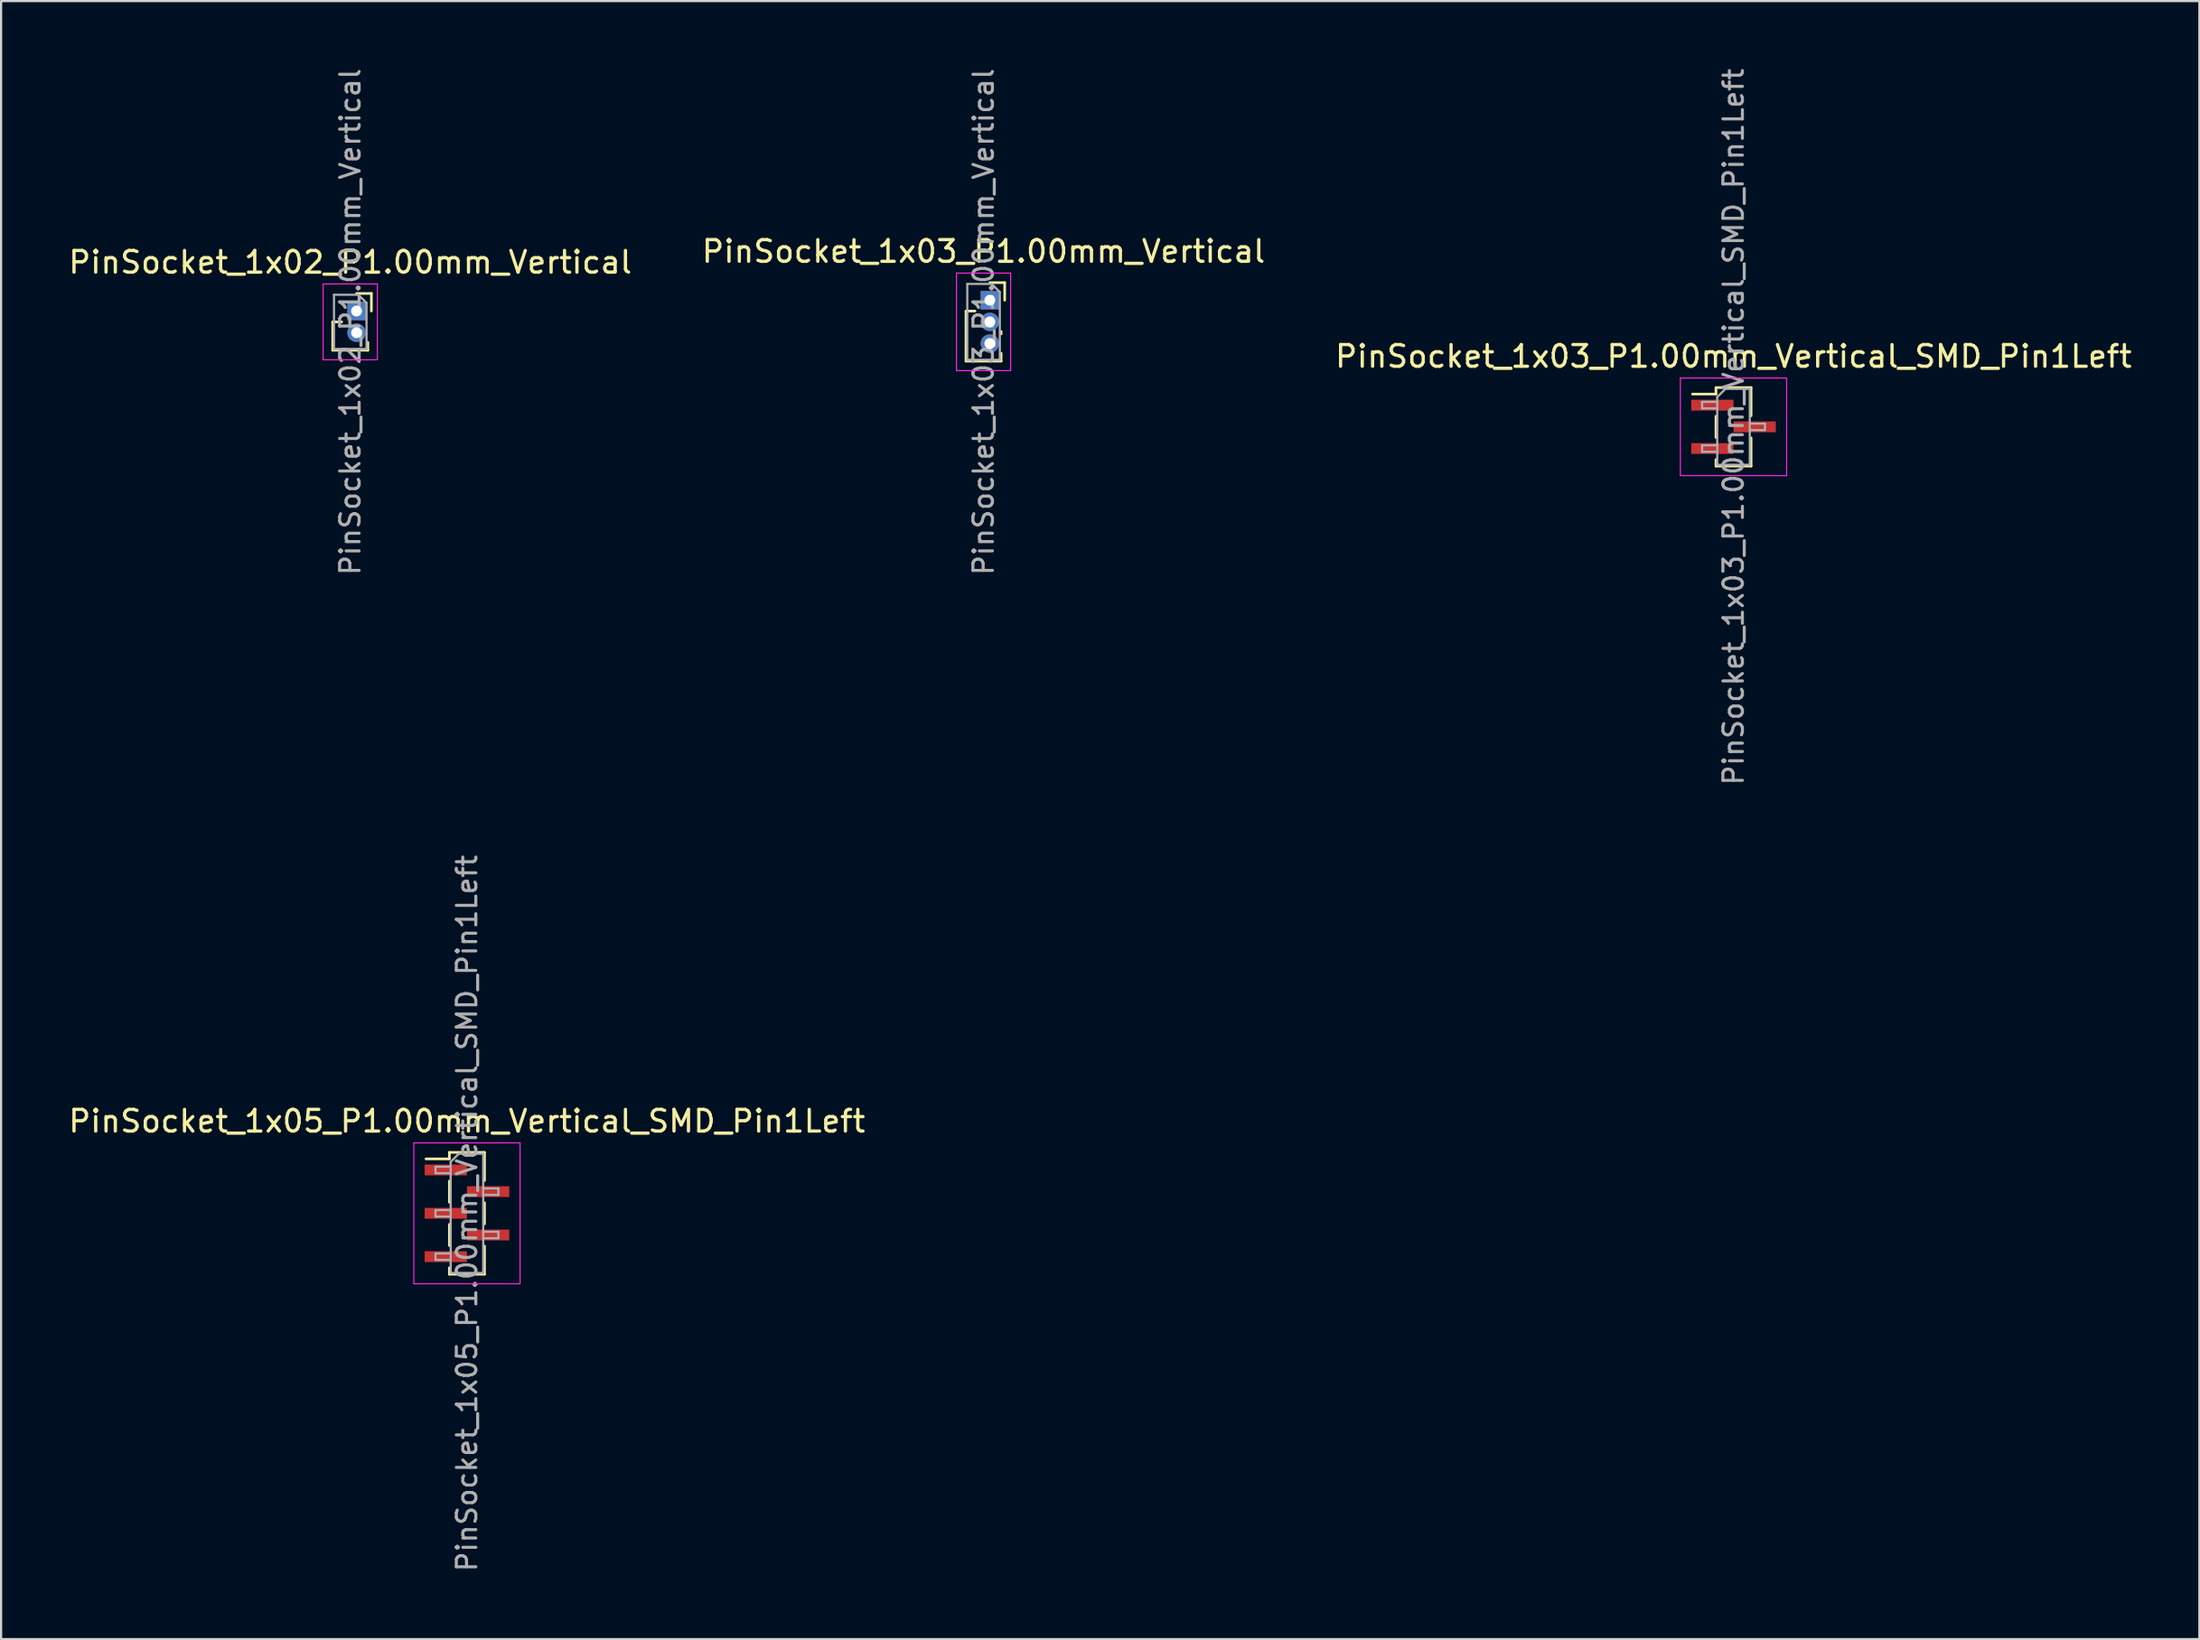
<source format=kicad_pcb>
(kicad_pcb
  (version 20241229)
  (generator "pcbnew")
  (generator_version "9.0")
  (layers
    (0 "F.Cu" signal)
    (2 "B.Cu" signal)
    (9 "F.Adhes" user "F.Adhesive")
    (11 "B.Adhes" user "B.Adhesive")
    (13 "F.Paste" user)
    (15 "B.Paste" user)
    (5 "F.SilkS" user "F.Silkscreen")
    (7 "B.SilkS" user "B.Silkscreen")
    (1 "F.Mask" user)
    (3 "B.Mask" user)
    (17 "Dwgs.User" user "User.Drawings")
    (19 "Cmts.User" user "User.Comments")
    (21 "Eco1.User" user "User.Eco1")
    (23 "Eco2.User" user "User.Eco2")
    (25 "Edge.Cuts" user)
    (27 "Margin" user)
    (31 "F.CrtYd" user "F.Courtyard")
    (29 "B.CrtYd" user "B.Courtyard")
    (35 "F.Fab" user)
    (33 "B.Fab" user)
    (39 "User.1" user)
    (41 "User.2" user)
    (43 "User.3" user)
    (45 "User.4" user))
  (footprint "PinSocket_1x03_P1.00mm_Vertical_SMD_Pin1Left"
    (layer "F.Cu")
    (at 76.887 16.641)
    (property "Reference" "PinSocket_1x03_P1.00mm_Vertical_SMD_Pin1Left" (at 0 -3.25 0) (layer "F.SilkS") (effects (font (size 1 1) (thickness 0.15))))
    (attr smd)
    (fp_line (start -1.89 -1.51) (end -0.81 -1.51) (stroke (width 0.12) (type solid)) (layer "F.SilkS"))
    (fp_line (start -0.81 -1.81) (end -0.81 -1.51) (stroke (width 0.12) (type solid)) (layer "F.SilkS"))
    (fp_line (start -0.81 -1.81) (end 0.81 -1.81) (stroke (width 0.12) (type solid)) (layer "F.SilkS"))
    (fp_line (start -0.81 -0.49) (end -0.81 0.49) (stroke (width 0.12) (type solid)) (layer "F.SilkS"))
    (fp_line (start -0.81 1.51) (end -0.81 1.81) (stroke (width 0.12) (type solid)) (layer "F.SilkS"))
    (fp_line (start -0.81 1.81) (end 0.81 1.81) (stroke (width 0.12) (type solid)) (layer "F.SilkS"))
    (fp_line (start 0.81 -1.81) (end 0.81 -0.51) (stroke (width 0.12) (type solid)) (layer "F.SilkS"))
    (fp_line (start 0.81 0.51) (end 0.81 1.81) (stroke (width 0.12) (type solid)) (layer "F.SilkS"))
    (fp_line (start -2.45 -2.25) (end 2.45 -2.25) (stroke (width 0.05) (type solid)) (layer "F.CrtYd"))
    (fp_line (start -2.45 2.25) (end -2.45 -2.25) (stroke (width 0.05) (type solid)) (layer "F.CrtYd"))
    (fp_line (start 2.45 -2.25) (end 2.45 2.25) (stroke (width 0.05) (type solid)) (layer "F.CrtYd"))
    (fp_line (start 2.45 2.25) (end -2.45 2.25) (stroke (width 0.05) (type solid)) (layer "F.CrtYd"))
    (fp_line (start -1.45 -1.15) (end -0.75 -1.15) (stroke (width 0.1) (type solid)) (layer "F.Fab"))
    (fp_line (start -1.45 -0.85) (end -1.45 -1.15) (stroke (width 0.1) (type solid)) (layer "F.Fab"))
    (fp_line (start -1.45 0.85) (end -0.75 0.85) (stroke (width 0.1) (type solid)) (layer "F.Fab"))
    (fp_line (start -1.45 1.15) (end -1.45 0.85) (stroke (width 0.1) (type solid)) (layer "F.Fab"))
    (fp_line (start -0.75 -1.375) (end -0.375 -1.75) (stroke (width 0.1) (type solid)) (layer "F.Fab"))
    (fp_line (start -0.75 -0.85) (end -1.45 -0.85) (stroke (width 0.1) (type solid)) (layer "F.Fab"))
    (fp_line (start -0.75 1.15) (end -1.45 1.15) (stroke (width 0.1) (type solid)) (layer "F.Fab"))
    (fp_line (start -0.75 1.75) (end -0.75 -1.375) (stroke (width 0.1) (type solid)) (layer "F.Fab"))
    (fp_line (start -0.375 -1.75) (end 0.75 -1.75) (stroke (width 0.1) (type solid)) (layer "F.Fab"))
    (fp_line (start 0.75 -1.75) (end 0.75 1.75) (stroke (width 0.1) (type solid)) (layer "F.Fab"))
    (fp_line (start 0.75 -0.15) (end 1.45 -0.15) (stroke (width 0.1) (type solid)) (layer "F.Fab"))
    (fp_line (start 0.75 1.75) (end -0.75 1.75) (stroke (width 0.1) (type solid)) (layer "F.Fab"))
    (fp_line (start 1.45 -0.15) (end 1.45 0.15) (stroke (width 0.1) (type solid)) (layer "F.Fab"))
    (fp_line (start 1.45 0.15) (end 0.75 0.15) (stroke (width 0.1) (type solid)) (layer "F.Fab"))
    (fp_text user "${REFERENCE}" (at 0 0 90) (layer "F.Fab") (effects (font (size 0.9 0.9) (thickness 0.14))))
    (pad "1" smd rect (at -0.975 -1) (size 1.95 0.5) (layers "F.Cu" "F.Mask" "F.Paste"))
    (pad "2" smd rect (at 0.975 0) (size 1.95 0.5) (layers "F.Cu" "F.Mask" "F.Paste"))
    (pad "3" smd rect (at -0.975 1) (size 1.95 0.5) (layers "F.Cu" "F.Mask" "F.Paste")))
  (footprint "PinSocket_1x02_P1.00mm_Vertical"
    (layer "F.Cu")
    (at 13.391 11.299)
    (property "Reference" "PinSocket_1x02_P1.00mm_Vertical" (at -0.29 -2.25 0) (layer "F.SilkS") (effects (font (size 1 1) (thickness 0.15))))
    (attr through_hole)
    (fp_line (start -1.1 0.5) (end -1.1 1.81) (stroke (width 0.12) (type solid)) (layer "F.SilkS"))
    (fp_line (start -1.1 0.5) (end -0.685 0.5) (stroke (width 0.12) (type solid)) (layer "F.SilkS"))
    (fp_line (start -1.1 1.81) (end 0.52 1.81) (stroke (width 0.12) (type solid)) (layer "F.SilkS"))
    (fp_line (start 0 -0.81) (end 0.685 -0.81) (stroke (width 0.12) (type solid)) (layer "F.SilkS"))
    (fp_line (start 0.52 1.446) (end 0.52 1.81) (stroke (width 0.12) (type solid)) (layer "F.SilkS"))
    (fp_line (start 0.685 -0.81) (end 0.685 0) (stroke (width 0.12) (type solid)) (layer "F.SilkS"))
    (fp_line (start -1.54 -1.25) (end 0.96 -1.25) (stroke (width 0.05) (type solid)) (layer "F.CrtYd"))
    (fp_line (start -1.54 2.25) (end -1.54 -1.25) (stroke (width 0.05) (type solid)) (layer "F.CrtYd"))
    (fp_line (start 0.96 -1.25) (end 0.96 2.25) (stroke (width 0.05) (type solid)) (layer "F.CrtYd"))
    (fp_line (start 0.96 2.25) (end -1.54 2.25) (stroke (width 0.05) (type solid)) (layer "F.CrtYd"))
    (fp_line (start -1.04 -0.75) (end 0.085 -0.75) (stroke (width 0.1) (type solid)) (layer "F.Fab"))
    (fp_line (start -1.04 1.75) (end -1.04 -0.75) (stroke (width 0.1) (type solid)) (layer "F.Fab"))
    (fp_line (start 0.085 -0.75) (end 0.46 -0.375) (stroke (width 0.1) (type solid)) (layer "F.Fab"))
    (fp_line (start 0.46 -0.375) (end 0.46 1.75) (stroke (width 0.1) (type solid)) (layer "F.Fab"))
    (fp_line (start 0.46 1.75) (end -1.04 1.75) (stroke (width 0.1) (type solid)) (layer "F.Fab"))
    (fp_text user "${REFERENCE}" (at -0.29 0.5 90) (layer "F.Fab") (effects (font (size 0.9 0.9) (thickness 0.14))))
    (pad "1" thru_hole rect (at 0 0) (size 0.85 0.85) (drill 0.5) (layers "*.Cu" "*.Mask"))
    (pad "2" thru_hole oval (at 0 1) (size 0.85 0.85) (drill 0.5) (layers "*.Cu" "*.Mask")))
  (footprint "PinSocket_1x05_P1.00mm_Vertical_SMD_Pin1Left"
    (layer "F.Cu")
    (at 18.482 52.924)
    (property "Reference" "PinSocket_1x05_P1.00mm_Vertical_SMD_Pin1Left" (at 0 -4.25 0) (layer "F.SilkS") (effects (font (size 1 1) (thickness 0.15))))
    (attr smd)
    (fp_line (start -1.89 -2.51) (end -0.81 -2.51) (stroke (width 0.12) (type solid)) (layer "F.SilkS"))
    (fp_line (start -0.81 -2.81) (end -0.81 -2.51) (stroke (width 0.12) (type solid)) (layer "F.SilkS"))
    (fp_line (start -0.81 -2.81) (end 0.81 -2.81) (stroke (width 0.12) (type solid)) (layer "F.SilkS"))
    (fp_line (start -0.81 -1.49) (end -0.81 -0.51) (stroke (width 0.12) (type solid)) (layer "F.SilkS"))
    (fp_line (start -0.81 0.51) (end -0.81 1.49) (stroke (width 0.12) (type solid)) (layer "F.SilkS"))
    (fp_line (start -0.81 2.51) (end -0.81 2.81) (stroke (width 0.12) (type solid)) (layer "F.SilkS"))
    (fp_line (start -0.81 2.81) (end 0.81 2.81) (stroke (width 0.12) (type solid)) (layer "F.SilkS"))
    (fp_line (start 0.81 -2.81) (end 0.81 -1.51) (stroke (width 0.12) (type solid)) (layer "F.SilkS"))
    (fp_line (start 0.81 -0.49) (end 0.81 0.49) (stroke (width 0.12) (type solid)) (layer "F.SilkS"))
    (fp_line (start 0.81 1.51) (end 0.81 2.81) (stroke (width 0.12) (type solid)) (layer "F.SilkS"))
    (fp_line (start -2.45 -3.25) (end 2.45 -3.25) (stroke (width 0.05) (type solid)) (layer "F.CrtYd"))
    (fp_line (start -2.45 3.25) (end -2.45 -3.25) (stroke (width 0.05) (type solid)) (layer "F.CrtYd"))
    (fp_line (start 2.45 -3.25) (end 2.45 3.25) (stroke (width 0.05) (type solid)) (layer "F.CrtYd"))
    (fp_line (start 2.45 3.25) (end -2.45 3.25) (stroke (width 0.05) (type solid)) (layer "F.CrtYd"))
    (fp_line (start -1.45 -2.15) (end -0.75 -2.15) (stroke (width 0.1) (type solid)) (layer "F.Fab"))
    (fp_line (start -1.45 -1.85) (end -1.45 -2.15) (stroke (width 0.1) (type solid)) (layer "F.Fab"))
    (fp_line (start -1.45 -0.15) (end -0.75 -0.15) (stroke (width 0.1) (type solid)) (layer "F.Fab"))
    (fp_line (start -1.45 0.15) (end -1.45 -0.15) (stroke (width 0.1) (type solid)) (layer "F.Fab"))
    (fp_line (start -1.45 1.85) (end -0.75 1.85) (stroke (width 0.1) (type solid)) (layer "F.Fab"))
    (fp_line (start -1.45 2.15) (end -1.45 1.85) (stroke (width 0.1) (type solid)) (layer "F.Fab"))
    (fp_line (start -0.75 -2.375) (end -0.375 -2.75) (stroke (width 0.1) (type solid)) (layer "F.Fab"))
    (fp_line (start -0.75 -1.85) (end -1.45 -1.85) (stroke (width 0.1) (type solid)) (layer "F.Fab"))
    (fp_line (start -0.75 0.15) (end -1.45 0.15) (stroke (width 0.1) (type solid)) (layer "F.Fab"))
    (fp_line (start -0.75 2.15) (end -1.45 2.15) (stroke (width 0.1) (type solid)) (layer "F.Fab"))
    (fp_line (start -0.75 2.75) (end -0.75 -2.375) (stroke (width 0.1) (type solid)) (layer "F.Fab"))
    (fp_line (start -0.375 -2.75) (end 0.75 -2.75) (stroke (width 0.1) (type solid)) (layer "F.Fab"))
    (fp_line (start 0.75 -2.75) (end 0.75 2.75) (stroke (width 0.1) (type solid)) (layer "F.Fab"))
    (fp_line (start 0.75 -1.15) (end 1.45 -1.15) (stroke (width 0.1) (type solid)) (layer "F.Fab"))
    (fp_line (start 0.75 0.85) (end 1.45 0.85) (stroke (width 0.1) (type solid)) (layer "F.Fab"))
    (fp_line (start 0.75 2.75) (end -0.75 2.75) (stroke (width 0.1) (type solid)) (layer "F.Fab"))
    (fp_line (start 1.45 -1.15) (end 1.45 -0.85) (stroke (width 0.1) (type solid)) (layer "F.Fab"))
    (fp_line (start 1.45 -0.85) (end 0.75 -0.85) (stroke (width 0.1) (type solid)) (layer "F.Fab"))
    (fp_line (start 1.45 0.85) (end 1.45 1.15) (stroke (width 0.1) (type solid)) (layer "F.Fab"))
    (fp_line (start 1.45 1.15) (end 0.75 1.15) (stroke (width 0.1) (type solid)) (layer "F.Fab"))
    (fp_text user "${REFERENCE}" (at 0 0 90) (layer "F.Fab") (effects (font (size 0.9 0.9) (thickness 0.14))))
    (pad "1" smd rect (at -0.975 -2) (size 1.95 0.5) (layers "F.Cu" "F.Mask" "F.Paste"))
    (pad "2" smd rect (at 0.975 -1) (size 1.95 0.5) (layers "F.Cu" "F.Mask" "F.Paste"))
    (pad "3" smd rect (at -0.975 0) (size 1.95 0.5) (layers "F.Cu" "F.Mask" "F.Paste"))
    (pad "4" smd rect (at 0.975 1) (size 1.95 0.5) (layers "F.Cu" "F.Mask" "F.Paste"))
    (pad "5" smd rect (at -0.975 2) (size 1.95 0.5) (layers "F.Cu" "F.Mask" "F.Paste")))
  (footprint "PinSocket_1x03_P1.00mm_Vertical"
    (layer "F.Cu")
    (at 42.594 10.799)
    (property "Reference" "PinSocket_1x03_P1.00mm_Vertical" (at -0.29 -2.25 0) (layer "F.SilkS") (effects (font (size 1 1) (thickness 0.15))))
    (attr through_hole)
    (fp_line (start -1.1 0.5) (end -1.1 2.81) (stroke (width 0.12) (type solid)) (layer "F.SilkS"))
    (fp_line (start -1.1 0.5) (end -0.685 0.5) (stroke (width 0.12) (type solid)) (layer "F.SilkS"))
    (fp_line (start -1.1 2.81) (end 0.52 2.81) (stroke (width 0.12) (type solid)) (layer "F.SilkS"))
    (fp_line (start 0 -0.81) (end 0.685 -0.81) (stroke (width 0.12) (type solid)) (layer "F.SilkS"))
    (fp_line (start 0.52 1.446) (end 0.52 1.554) (stroke (width 0.12) (type solid)) (layer "F.SilkS"))
    (fp_line (start 0.52 2.446) (end 0.52 2.81) (stroke (width 0.12) (type solid)) (layer "F.SilkS"))
    (fp_line (start 0.685 -0.81) (end 0.685 0) (stroke (width 0.12) (type solid)) (layer "F.SilkS"))
    (fp_line (start -1.54 -1.25) (end 0.96 -1.25) (stroke (width 0.05) (type solid)) (layer "F.CrtYd"))
    (fp_line (start -1.54 3.25) (end -1.54 -1.25) (stroke (width 0.05) (type solid)) (layer "F.CrtYd"))
    (fp_line (start 0.96 -1.25) (end 0.96 3.25) (stroke (width 0.05) (type solid)) (layer "F.CrtYd"))
    (fp_line (start 0.96 3.25) (end -1.54 3.25) (stroke (width 0.05) (type solid)) (layer "F.CrtYd"))
    (fp_line (start -1.04 -0.75) (end 0.085 -0.75) (stroke (width 0.1) (type solid)) (layer "F.Fab"))
    (fp_line (start -1.04 2.75) (end -1.04 -0.75) (stroke (width 0.1) (type solid)) (layer "F.Fab"))
    (fp_line (start 0.085 -0.75) (end 0.46 -0.375) (stroke (width 0.1) (type solid)) (layer "F.Fab"))
    (fp_line (start 0.46 -0.375) (end 0.46 2.75) (stroke (width 0.1) (type solid)) (layer "F.Fab"))
    (fp_line (start 0.46 2.75) (end -1.04 2.75) (stroke (width 0.1) (type solid)) (layer "F.Fab"))
    (fp_text user "${REFERENCE}" (at -0.29 1 90) (layer "F.Fab") (effects (font (size 0.9 0.9) (thickness 0.14))))
    (pad "1" thru_hole rect (at 0 0) (size 0.85 0.85) (drill 0.5) (layers "*.Cu" "*.Mask"))
    (pad "2" thru_hole oval (at 0 1) (size 0.85 0.85) (drill 0.5) (layers "*.Cu" "*.Mask"))
    (pad "3" thru_hole oval (at 0 2) (size 0.85 0.85) (drill 0.5) (layers "*.Cu" "*.Mask")))
  (gr_rect
    (start -3 -3)
    (end 98.369 72.566)
    (stroke (width 0.1) (type default))
    (fill no)
    (layer "Edge.Cuts")))
</source>
